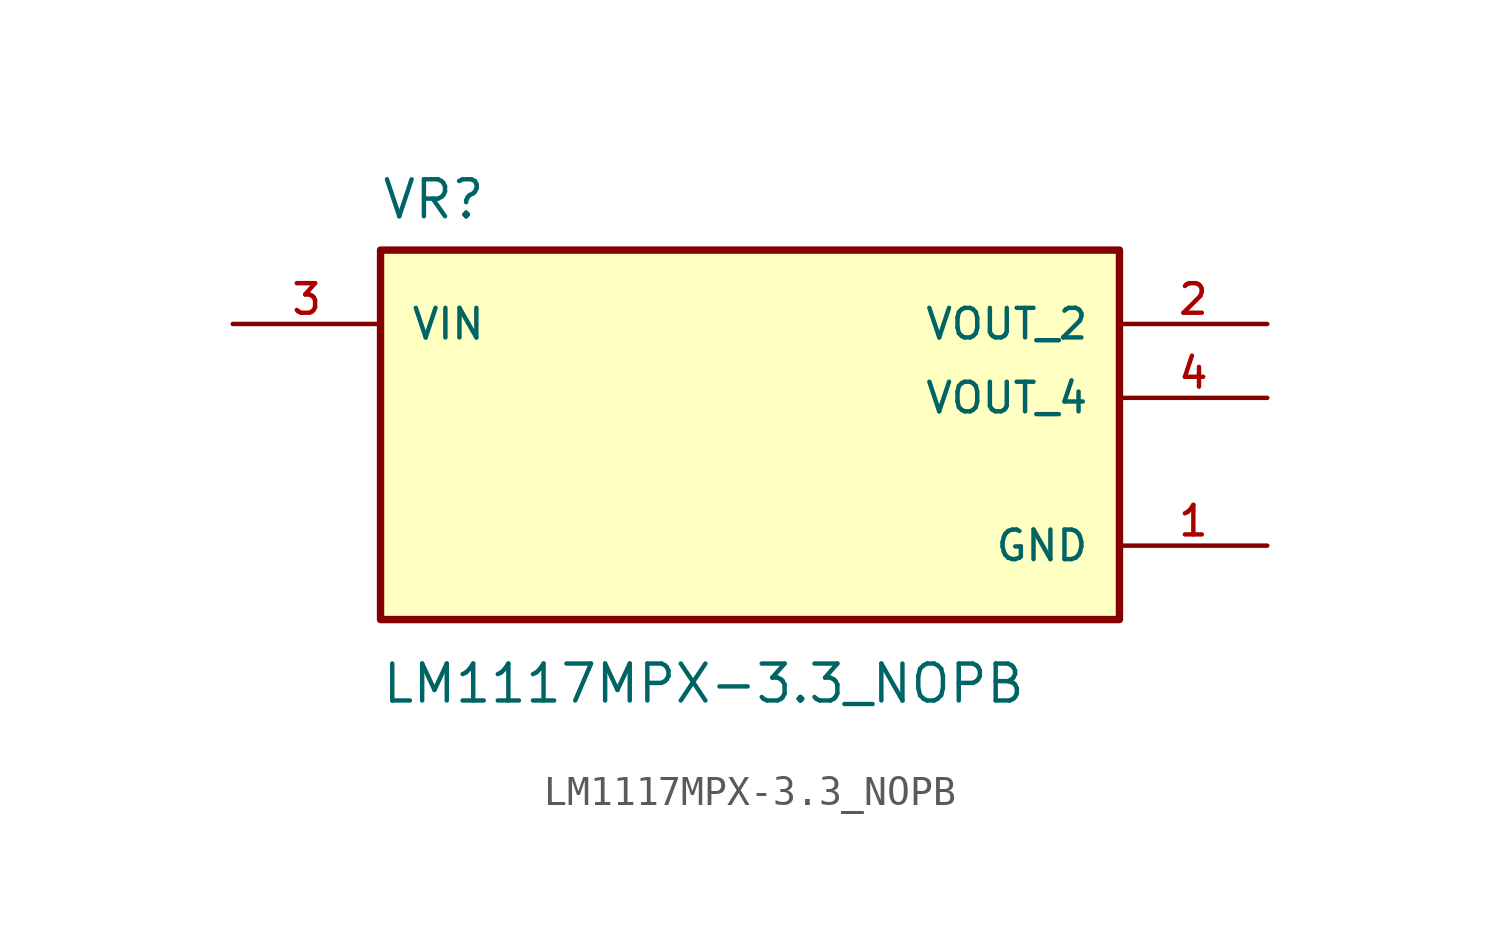
<source format=kicad_sym>
(kicad_symbol_lib
  (version 20211014)
  (generator kicad_symbol_editor)
  (symbol "LM1117MPX-3.3_NOPB"
    (pin_names
      (offset 1.016))
    (property "Reference" "VR"
      (at -12.7 6.08 0.0)
      (effects (font (size 1.27 1.27)) (justify bottom left)))
    (property "Value" "LM1117MPX-3.3_NOPB"
      (at -12.7 -9.08 0.0)
      (effects (font (size 1.27 1.27)) (justify top left)))
    (symbol "LM1117MPX-3.3_NOPB_0_0"
      (rectangle (start -12.7 -7.62) (end 12.7 5.08) (stroke (width 0.254)) (fill (type background)))
      (pin input line (at -17.78 2.54 0) (length 5.08) (name "VIN" (effects (font (size 1.016 1.016)))) (number "3" (effects (font (size 1.016 1.016)))))
      (pin output line (at 17.78 2.54 180.0) (length 5.08) (name "VOUT_2" (effects (font (size 1.016 1.016)))) (number "2" (effects (font (size 1.016 1.016)))))
      (pin power_in line (at 17.78 -5.08 180.0) (length 5.08) (name "GND" (effects (font (size 1.016 1.016)))) (number "1" (effects (font (size 1.016 1.016)))))
      (pin output line (at 17.78 0.0 180.0) (length 5.08) (name "VOUT_4" (effects (font (size 1.016 1.016)))) (number "4" (effects (font (size 1.016 1.016))))))))
</source>
